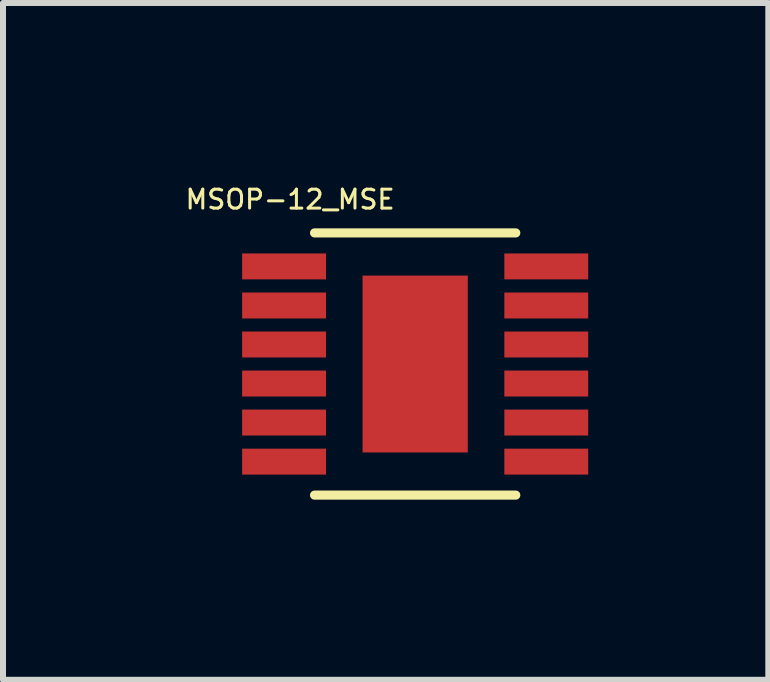
<source format=kicad_pcb>
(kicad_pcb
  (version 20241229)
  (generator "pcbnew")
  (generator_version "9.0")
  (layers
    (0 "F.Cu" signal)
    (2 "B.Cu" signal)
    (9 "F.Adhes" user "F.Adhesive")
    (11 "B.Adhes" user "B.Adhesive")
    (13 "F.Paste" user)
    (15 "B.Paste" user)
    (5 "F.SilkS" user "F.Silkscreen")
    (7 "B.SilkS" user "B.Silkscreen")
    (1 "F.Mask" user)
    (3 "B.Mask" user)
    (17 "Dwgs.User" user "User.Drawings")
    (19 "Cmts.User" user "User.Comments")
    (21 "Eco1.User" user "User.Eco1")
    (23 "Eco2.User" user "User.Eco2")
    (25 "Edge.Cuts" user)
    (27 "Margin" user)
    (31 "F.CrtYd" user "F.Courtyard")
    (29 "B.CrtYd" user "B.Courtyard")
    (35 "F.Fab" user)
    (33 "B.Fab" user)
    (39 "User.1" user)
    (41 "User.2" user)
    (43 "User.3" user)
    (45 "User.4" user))
  (footprint "MSOP-12_MSE"
    (layer "F.Cu")
    (at 3.866 3.014)
    (property "Reference" "MSOP-12_MSE" (at -2.083 -2.741 0) (layer "F.SilkS") (effects (font (size 0.315 0.315) (thickness 0.05))))
    (attr smd)
    (fp_line (start -1.676 2.184) (end 1.676 2.184) (stroke (width 0.152) (type solid)) (layer "F.SilkS"))
    (fp_line (start 1.676 -2.184) (end -1.676 -2.184) (stroke (width 0.152) (type solid)) (layer "F.SilkS"))
    (fp_poly (pts (xy -0.776 -1.373) (xy -0.776 -0.1) (xy 0.776 -0.1) (xy 0.776 -1.373)) (stroke (width 0.025) (type solid)) (fill yes) (layer "F.Paste"))
    (fp_poly (pts (xy -0.776 0.1) (xy -0.776 1.373) (xy 0.776 1.373) (xy 0.776 0.1)) (stroke (width 0.025) (type solid)) (fill yes) (layer "F.Paste"))
    (fp_line (start -2.54 -1.829) (end -2.54 -1.422) (stroke (width 0.152) (type solid)) (layer "Eco2.User"))
    (fp_line (start -2.54 -1.422) (end -1.549 -1.422) (stroke (width 0.152) (type solid)) (layer "Eco2.User"))
    (fp_line (start -2.54 -1.168) (end -2.54 -0.787) (stroke (width 0.152) (type solid)) (layer "Eco2.User"))
    (fp_line (start -2.54 -0.787) (end -1.549 -0.787) (stroke (width 0.152) (type solid)) (layer "Eco2.User"))
    (fp_line (start -2.54 -0.508) (end -2.515 -0.127) (stroke (width 0.152) (type solid)) (layer "Eco2.User"))
    (fp_line (start -2.54 0.127) (end -2.515 0.508) (stroke (width 0.152) (type solid)) (layer "Eco2.User"))
    (fp_line (start -2.515 -0.127) (end -1.549 -0.127) (stroke (width 0.152) (type solid)) (layer "Eco2.User"))
    (fp_line (start -2.515 0.508) (end -1.549 0.508) (stroke (width 0.152) (type solid)) (layer "Eco2.User"))
    (fp_line (start -2.515 0.787) (end -2.515 1.168) (stroke (width 0.152) (type solid)) (layer "Eco2.User"))
    (fp_line (start -2.515 1.168) (end -1.549 1.168) (stroke (width 0.152) (type solid)) (layer "Eco2.User"))
    (fp_line (start -2.515 1.422) (end -2.515 1.829) (stroke (width 0.152) (type solid)) (layer "Eco2.User"))
    (fp_line (start -2.515 1.829) (end -1.549 1.829) (stroke (width 0.152) (type solid)) (layer "Eco2.User"))
    (fp_line (start -1.549 -2.083) (end -1.549 2.083) (stroke (width 0.152) (type solid)) (layer "Eco2.User"))
    (fp_line (start -1.549 -1.829) (end -2.54 -1.829) (stroke (width 0.152) (type solid)) (layer "Eco2.User"))
    (fp_line (start -1.549 -1.422) (end -1.549 -1.829) (stroke (width 0.152) (type solid)) (layer "Eco2.User"))
    (fp_line (start -1.549 -1.168) (end -2.54 -1.168) (stroke (width 0.152) (type solid)) (layer "Eco2.User"))
    (fp_line (start -1.549 -0.787) (end -1.549 -1.168) (stroke (width 0.152) (type solid)) (layer "Eco2.User"))
    (fp_line (start -1.549 -0.508) (end -2.54 -0.508) (stroke (width 0.152) (type solid)) (layer "Eco2.User"))
    (fp_line (start -1.549 -0.127) (end -1.549 -0.508) (stroke (width 0.152) (type solid)) (layer "Eco2.User"))
    (fp_line (start -1.549 0.127) (end -2.54 0.127) (stroke (width 0.152) (type solid)) (layer "Eco2.User"))
    (fp_line (start -1.549 0.508) (end -1.549 0.127) (stroke (width 0.152) (type solid)) (layer "Eco2.User"))
    (fp_line (start -1.549 0.787) (end -2.515 0.787) (stroke (width 0.152) (type solid)) (layer "Eco2.User"))
    (fp_line (start -1.549 1.168) (end -1.549 0.787) (stroke (width 0.152) (type solid)) (layer "Eco2.User"))
    (fp_line (start -1.549 1.422) (end -2.515 1.422) (stroke (width 0.152) (type solid)) (layer "Eco2.User"))
    (fp_line (start -1.549 1.829) (end -1.549 1.422) (stroke (width 0.152) (type solid)) (layer "Eco2.User"))
    (fp_line (start -1.549 2.083) (end 1.549 2.083) (stroke (width 0.152) (type solid)) (layer "Eco2.User"))
    (fp_line (start 0.305 -2.083) (end -1.549 -2.083) (stroke (width 0.152) (type solid)) (layer "Eco2.User"))
    (fp_line (start 1.549 -2.083) (end 0.305 -2.083) (stroke (width 0.152) (type solid)) (layer "Eco2.User"))
    (fp_line (start 1.549 -1.829) (end 1.549 -1.448) (stroke (width 0.152) (type solid)) (layer "Eco2.User"))
    (fp_line (start 1.549 -1.448) (end 2.515 -1.448) (stroke (width 0.152) (type solid)) (layer "Eco2.User"))
    (fp_line (start 1.549 -1.168) (end 1.549 -0.787) (stroke (width 0.152) (type solid)) (layer "Eco2.User"))
    (fp_line (start 1.549 -0.787) (end 2.54 -0.787) (stroke (width 0.152) (type solid)) (layer "Eco2.User"))
    (fp_line (start 1.549 -0.508) (end 1.549 -0.127) (stroke (width 0.152) (type solid)) (layer "Eco2.User"))
    (fp_line (start 1.549 -0.127) (end 2.54 -0.127) (stroke (width 0.152) (type solid)) (layer "Eco2.User"))
    (fp_line (start 1.549 0.127) (end 1.549 0.508) (stroke (width 0.152) (type solid)) (layer "Eco2.User"))
    (fp_line (start 1.549 0.508) (end 2.54 0.508) (stroke (width 0.152) (type solid)) (layer "Eco2.User"))
    (fp_line (start 1.549 0.787) (end 1.549 1.168) (stroke (width 0.152) (type solid)) (layer "Eco2.User"))
    (fp_line (start 1.549 1.168) (end 2.54 1.168) (stroke (width 0.152) (type solid)) (layer "Eco2.User"))
    (fp_line (start 1.549 1.422) (end 1.549 1.829) (stroke (width 0.152) (type solid)) (layer "Eco2.User"))
    (fp_line (start 1.549 1.829) (end 2.54 1.829) (stroke (width 0.152) (type solid)) (layer "Eco2.User"))
    (fp_line (start 1.549 2.083) (end 1.549 -2.083) (stroke (width 0.152) (type solid)) (layer "Eco2.User"))
    (fp_line (start 2.515 -1.829) (end 1.549 -1.829) (stroke (width 0.152) (type solid)) (layer "Eco2.User"))
    (fp_line (start 2.515 -1.448) (end 2.515 -1.829) (stroke (width 0.152) (type solid)) (layer "Eco2.User"))
    (fp_line (start 2.515 -1.168) (end 1.549 -1.168) (stroke (width 0.152) (type solid)) (layer "Eco2.User"))
    (fp_line (start 2.515 -0.508) (end 1.549 -0.508) (stroke (width 0.152) (type solid)) (layer "Eco2.User"))
    (fp_line (start 2.54 -0.787) (end 2.515 -1.168) (stroke (width 0.152) (type solid)) (layer "Eco2.User"))
    (fp_line (start 2.54 -0.127) (end 2.515 -0.508) (stroke (width 0.152) (type solid)) (layer "Eco2.User"))
    (fp_line (start 2.54 0.127) (end 1.549 0.127) (stroke (width 0.152) (type solid)) (layer "Eco2.User"))
    (fp_line (start 2.54 0.508) (end 2.54 0.127) (stroke (width 0.152) (type solid)) (layer "Eco2.User"))
    (fp_line (start 2.54 0.787) (end 1.549 0.787) (stroke (width 0.152) (type solid)) (layer "Eco2.User"))
    (fp_line (start 2.54 1.168) (end 2.54 0.787) (stroke (width 0.152) (type solid)) (layer "Eco2.User"))
    (fp_line (start 2.54 1.422) (end 1.549 1.422) (stroke (width 0.152) (type solid)) (layer "Eco2.User"))
    (fp_line (start 2.54 1.829) (end 2.54 1.422) (stroke (width 0.152) (type solid)) (layer "Eco2.User"))
    (fp_arc (start 0.3048 -2.0828) (mid 0.0127 -1.7653) (end -0.3048 -2.0574) (stroke (width 0.1524) (type solid)) (layer "Eco2.User"))
    (pad "1" smd rect (at -2.184 -1.626) (size 1.397 0.432) (layers "F.Cu" "F.Mask" "F.Paste"))
    (pad "2" smd rect (at -2.184 -0.975) (size 1.397 0.432) (layers "F.Cu" "F.Mask" "F.Paste"))
    (pad "3" smd rect (at -2.184 -0.325) (size 1.397 0.432) (layers "F.Cu" "F.Mask" "F.Paste"))
    (pad "4" smd rect (at -2.184 0.325) (size 1.397 0.432) (layers "F.Cu" "F.Mask" "F.Paste"))
    (pad "5" smd rect (at -2.184 0.975) (size 1.397 0.432) (layers "F.Cu" "F.Mask" "F.Paste"))
    (pad "6" smd rect (at -2.184 1.626) (size 1.397 0.432) (layers "F.Cu" "F.Mask" "F.Paste"))
    (pad "7" smd rect (at 2.184 1.626) (size 1.397 0.432) (layers "F.Cu" "F.Mask" "F.Paste"))
    (pad "8" smd rect (at 2.184 0.975) (size 1.397 0.432) (layers "F.Cu" "F.Mask" "F.Paste"))
    (pad "9" smd rect (at 2.184 0.325) (size 1.397 0.432) (layers "F.Cu" "F.Mask" "F.Paste"))
    (pad "10" smd rect (at 2.184 -0.325) (size 1.397 0.432) (layers "F.Cu" "F.Mask" "F.Paste"))
    (pad "11" smd rect (at 2.184 -0.975) (size 1.397 0.432) (layers "F.Cu" "F.Mask" "F.Paste"))
    (pad "12" smd rect (at 2.184 -1.626) (size 1.397 0.432) (layers "F.Cu" "F.Mask" "F.Paste"))
    (pad "13" smd rect (at 0 0) (size 1.753 2.946) (layers "F.Cu" "F.Mask" "F.Paste")))
  (gr_rect
    (start -3 -3)
    (end 9.749 8.274)
    (stroke (width 0.1) (type default))
    (fill no)
    (layer "Edge.Cuts")))
</source>
